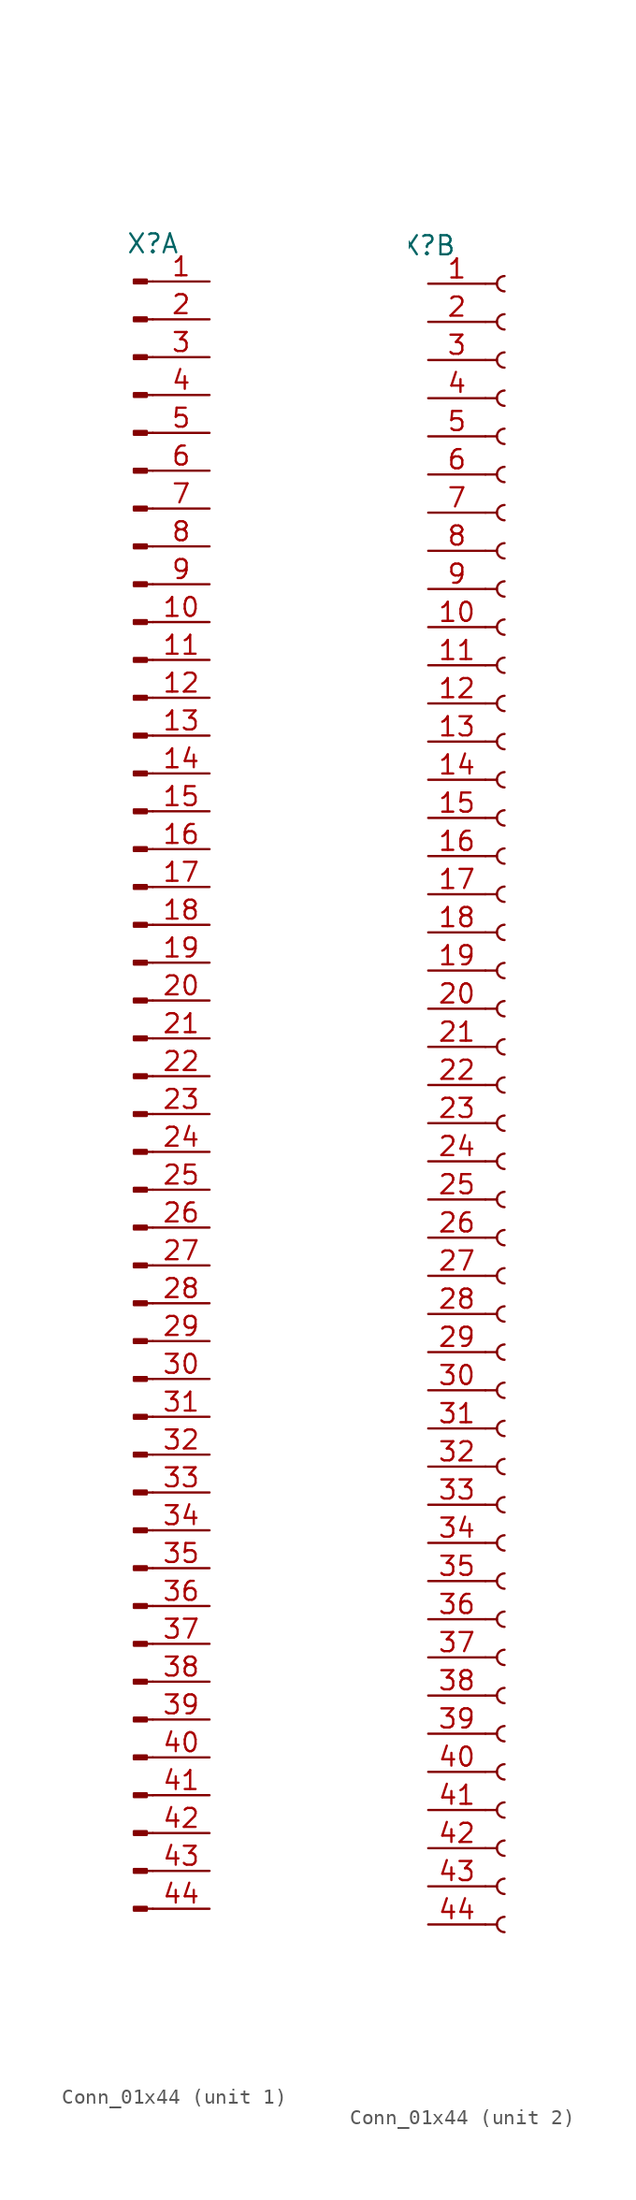
<source format=kicad_sym>
(kicad_symbol_lib
  (version 20241209)
  (generator "kicad_symbol_editor")
  (generator_version "9.0")
  (symbol "Conn_01x44"
    (pin_names
      (offset 1.016)
      (hide yes))
    (property "Reference" "X"
      (at 0 55.88 0)
      (effects (font (size 1.27 1.27))))
    (property "ki_locked" ""
      (at 0 0 0)
      (effects (font (size 1.27 1.27))))
    (symbol "Conn_01x44_1_1"
      (rectangle (start -0.406 53.467) (end -1.27 53.213) (stroke (width 0.152) (type default)) (fill (type outline)))
      (rectangle (start -0.406 50.927) (end -1.27 50.673) (stroke (width 0.152) (type default)) (fill (type outline)))
      (rectangle (start -0.406 48.387) (end -1.27 48.133) (stroke (width 0.152) (type default)) (fill (type outline)))
      (rectangle (start -0.406 45.847) (end -1.27 45.593) (stroke (width 0.152) (type default)) (fill (type outline)))
      (rectangle (start -0.406 43.307) (end -1.27 43.053) (stroke (width 0.152) (type default)) (fill (type outline)))
      (rectangle (start -0.406 40.767) (end -1.27 40.513) (stroke (width 0.152) (type default)) (fill (type outline)))
      (rectangle (start -0.406 38.227) (end -1.27 37.973) (stroke (width 0.152) (type default)) (fill (type outline)))
      (rectangle (start -0.406 35.687) (end -1.27 35.433) (stroke (width 0.152) (type default)) (fill (type outline)))
      (rectangle (start -0.406 33.147) (end -1.27 32.893) (stroke (width 0.152) (type default)) (fill (type outline)))
      (rectangle (start -0.406 30.607) (end -1.27 30.353) (stroke (width 0.152) (type default)) (fill (type outline)))
      (rectangle (start -0.406 28.067) (end -1.27 27.813) (stroke (width 0.152) (type default)) (fill (type outline)))
      (rectangle (start -0.406 25.527) (end -1.27 25.273) (stroke (width 0.152) (type default)) (fill (type outline)))
      (rectangle (start -0.406 22.987) (end -1.27 22.733) (stroke (width 0.152) (type default)) (fill (type outline)))
      (rectangle (start -0.406 20.447) (end -1.27 20.193) (stroke (width 0.152) (type default)) (fill (type outline)))
      (rectangle (start -0.406 17.907) (end -1.27 17.653) (stroke (width 0.152) (type default)) (fill (type outline)))
      (rectangle (start -0.406 15.367) (end -1.27 15.113) (stroke (width 0.152) (type default)) (fill (type outline)))
      (rectangle (start -0.406 12.827) (end -1.27 12.573) (stroke (width 0.152) (type default)) (fill (type outline)))
      (rectangle (start -0.406 10.287) (end -1.27 10.033) (stroke (width 0.152) (type default)) (fill (type outline)))
      (rectangle (start -0.406 7.747) (end -1.27 7.493) (stroke (width 0.152) (type default)) (fill (type outline)))
      (rectangle (start -0.406 5.207) (end -1.27 4.953) (stroke (width 0.152) (type default)) (fill (type outline)))
      (rectangle (start -0.406 2.667) (end -1.27 2.413) (stroke (width 0.152) (type default)) (fill (type outline)))
      (rectangle (start -0.406 0.127) (end -1.27 -0.127) (stroke (width 0.152) (type default)) (fill (type outline)))
      (rectangle (start -0.406 -2.413) (end -1.27 -2.667) (stroke (width 0.152) (type default)) (fill (type outline)))
      (rectangle (start -0.406 -4.953) (end -1.27 -5.207) (stroke (width 0.152) (type default)) (fill (type outline)))
      (rectangle (start -0.406 -7.493) (end -1.27 -7.747) (stroke (width 0.152) (type default)) (fill (type outline)))
      (rectangle (start -0.406 -10.033) (end -1.27 -10.287) (stroke (width 0.152) (type default)) (fill (type outline)))
      (rectangle (start -0.406 -12.573) (end -1.27 -12.827) (stroke (width 0.152) (type default)) (fill (type outline)))
      (rectangle (start -0.406 -15.113) (end -1.27 -15.367) (stroke (width 0.152) (type default)) (fill (type outline)))
      (rectangle (start -0.406 -17.653) (end -1.27 -17.907) (stroke (width 0.152) (type default)) (fill (type outline)))
      (rectangle (start -0.406 -20.193) (end -1.27 -20.447) (stroke (width 0.152) (type default)) (fill (type outline)))
      (rectangle (start -0.406 -22.733) (end -1.27 -22.987) (stroke (width 0.152) (type default)) (fill (type outline)))
      (rectangle (start -0.406 -25.273) (end -1.27 -25.527) (stroke (width 0.152) (type default)) (fill (type outline)))
      (rectangle (start -0.406 -27.813) (end -1.27 -28.067) (stroke (width 0.152) (type default)) (fill (type outline)))
      (rectangle (start -0.406 -30.353) (end -1.27 -30.607) (stroke (width 0.152) (type default)) (fill (type outline)))
      (rectangle (start -0.406 -32.893) (end -1.27 -33.147) (stroke (width 0.152) (type default)) (fill (type outline)))
      (rectangle (start -0.406 -35.433) (end -1.27 -35.687) (stroke (width 0.152) (type default)) (fill (type outline)))
      (rectangle (start -0.406 -37.973) (end -1.27 -38.227) (stroke (width 0.152) (type default)) (fill (type outline)))
      (rectangle (start -0.406 -40.513) (end -1.27 -40.767) (stroke (width 0.152) (type default)) (fill (type outline)))
      (rectangle (start -0.406 -43.053) (end -1.27 -43.307) (stroke (width 0.152) (type default)) (fill (type outline)))
      (rectangle (start -0.406 -45.593) (end -1.27 -45.847) (stroke (width 0.152) (type default)) (fill (type outline)))
      (rectangle (start -0.406 -48.133) (end -1.27 -48.387) (stroke (width 0.152) (type default)) (fill (type outline)))
      (rectangle (start -0.406 -50.673) (end -1.27 -50.927) (stroke (width 0.152) (type default)) (fill (type outline)))
      (rectangle (start -0.406 -53.213) (end -1.27 -53.467) (stroke (width 0.152) (type default)) (fill (type outline)))
      (rectangle (start -0.406 -55.753) (end -1.27 -56.007) (stroke (width 0.152) (type default)) (fill (type outline)))
      (polyline (pts (xy 0 53.34) (xy -0.406 53.34)) (stroke (width 0.152) (type default)) (fill (type none)))
      (polyline (pts (xy 0 50.8) (xy -0.406 50.8)) (stroke (width 0.152) (type default)) (fill (type none)))
      (polyline (pts (xy 0 48.26) (xy -0.406 48.26)) (stroke (width 0.152) (type default)) (fill (type none)))
      (polyline (pts (xy 0 45.72) (xy -0.406 45.72)) (stroke (width 0.152) (type default)) (fill (type none)))
      (polyline (pts (xy 0 43.18) (xy -0.406 43.18)) (stroke (width 0.152) (type default)) (fill (type none)))
      (polyline (pts (xy 0 40.64) (xy -0.406 40.64)) (stroke (width 0.152) (type default)) (fill (type none)))
      (polyline (pts (xy 0 38.1) (xy -0.406 38.1)) (stroke (width 0.152) (type default)) (fill (type none)))
      (polyline (pts (xy 0 35.56) (xy -0.406 35.56)) (stroke (width 0.152) (type default)) (fill (type none)))
      (polyline (pts (xy 0 33.02) (xy -0.406 33.02)) (stroke (width 0.152) (type default)) (fill (type none)))
      (polyline (pts (xy 0 30.48) (xy -0.406 30.48)) (stroke (width 0.152) (type default)) (fill (type none)))
      (polyline (pts (xy 0 27.94) (xy -0.406 27.94)) (stroke (width 0.152) (type default)) (fill (type none)))
      (polyline (pts (xy 0 25.4) (xy -0.406 25.4)) (stroke (width 0.152) (type default)) (fill (type none)))
      (polyline (pts (xy 0 22.86) (xy -0.406 22.86)) (stroke (width 0.152) (type default)) (fill (type none)))
      (polyline (pts (xy 0 20.32) (xy -0.406 20.32)) (stroke (width 0.152) (type default)) (fill (type none)))
      (polyline (pts (xy 0 17.78) (xy -0.406 17.78)) (stroke (width 0.152) (type default)) (fill (type none)))
      (polyline (pts (xy 0 15.24) (xy -0.406 15.24)) (stroke (width 0.152) (type default)) (fill (type none)))
      (polyline (pts (xy 0 12.7) (xy -0.406 12.7)) (stroke (width 0.152) (type default)) (fill (type none)))
      (polyline (pts (xy 0 10.16) (xy -0.406 10.16)) (stroke (width 0.152) (type default)) (fill (type none)))
      (polyline (pts (xy 0 7.62) (xy -0.406 7.62)) (stroke (width 0.152) (type default)) (fill (type none)))
      (polyline (pts (xy 0 5.08) (xy -0.406 5.08)) (stroke (width 0.152) (type default)) (fill (type none)))
      (polyline (pts (xy 0 2.54) (xy -0.406 2.54)) (stroke (width 0.152) (type default)) (fill (type none)))
      (polyline (pts (xy 0 0) (xy -0.406 0)) (stroke (width 0.152) (type default)) (fill (type none)))
      (polyline (pts (xy 0 -2.54) (xy -0.406 -2.54)) (stroke (width 0.152) (type default)) (fill (type none)))
      (polyline (pts (xy 0 -5.08) (xy -0.406 -5.08)) (stroke (width 0.152) (type default)) (fill (type none)))
      (polyline (pts (xy 0 -7.62) (xy -0.406 -7.62)) (stroke (width 0.152) (type default)) (fill (type none)))
      (polyline (pts (xy 0 -10.16) (xy -0.406 -10.16)) (stroke (width 0.152) (type default)) (fill (type none)))
      (polyline (pts (xy 0 -12.7) (xy -0.406 -12.7)) (stroke (width 0.152) (type default)) (fill (type none)))
      (polyline (pts (xy 0 -15.24) (xy -0.406 -15.24)) (stroke (width 0.152) (type default)) (fill (type none)))
      (polyline (pts (xy 0 -17.78) (xy -0.406 -17.78)) (stroke (width 0.152) (type default)) (fill (type none)))
      (polyline (pts (xy 0 -20.32) (xy -0.406 -20.32)) (stroke (width 0.152) (type default)) (fill (type none)))
      (polyline (pts (xy 0 -22.86) (xy -0.406 -22.86)) (stroke (width 0.152) (type default)) (fill (type none)))
      (polyline (pts (xy 0 -25.4) (xy -0.406 -25.4)) (stroke (width 0.152) (type default)) (fill (type none)))
      (polyline (pts (xy 0 -27.94) (xy -0.406 -27.94)) (stroke (width 0.152) (type default)) (fill (type none)))
      (polyline (pts (xy 0 -30.48) (xy -0.406 -30.48)) (stroke (width 0.152) (type default)) (fill (type none)))
      (polyline (pts (xy 0 -33.02) (xy -0.406 -33.02)) (stroke (width 0.152) (type default)) (fill (type none)))
      (polyline (pts (xy 0 -35.56) (xy -0.406 -35.56)) (stroke (width 0.152) (type default)) (fill (type none)))
      (polyline (pts (xy 0 -38.1) (xy -0.406 -38.1)) (stroke (width 0.152) (type default)) (fill (type none)))
      (polyline (pts (xy 0 -40.64) (xy -0.406 -40.64)) (stroke (width 0.152) (type default)) (fill (type none)))
      (polyline (pts (xy 0 -43.18) (xy -0.406 -43.18)) (stroke (width 0.152) (type default)) (fill (type none)))
      (polyline (pts (xy 0 -45.72) (xy -0.406 -45.72)) (stroke (width 0.152) (type default)) (fill (type none)))
      (polyline (pts (xy 0 -48.26) (xy -0.406 -48.26)) (stroke (width 0.152) (type default)) (fill (type none)))
      (polyline (pts (xy 0 -50.8) (xy -0.406 -50.8)) (stroke (width 0.152) (type default)) (fill (type none)))
      (polyline (pts (xy 0 -53.34) (xy -0.406 -53.34)) (stroke (width 0.152) (type default)) (fill (type none)))
      (polyline (pts (xy 0 -55.88) (xy -0.406 -55.88)) (stroke (width 0.152) (type default)) (fill (type none)))
      (pin passive line (at 3.81 53.34 180) (length 3.81) (name "Pin_1" (effects (font (size 1.27 1.27)))) (number "1" (effects (font (size 1.27 1.27)))))
      (pin passive line (at 3.81 50.8 180) (length 3.81) (name "Pin_2" (effects (font (size 1.27 1.27)))) (number "2" (effects (font (size 1.27 1.27)))))
      (pin passive line (at 3.81 48.26 180) (length 3.81) (name "Pin_3" (effects (font (size 1.27 1.27)))) (number "3" (effects (font (size 1.27 1.27)))))
      (pin passive line (at 3.81 45.72 180) (length 3.81) (name "Pin_4" (effects (font (size 1.27 1.27)))) (number "4" (effects (font (size 1.27 1.27)))))
      (pin passive line (at 3.81 43.18 180) (length 3.81) (name "Pin_5" (effects (font (size 1.27 1.27)))) (number "5" (effects (font (size 1.27 1.27)))))
      (pin passive line (at 3.81 40.64 180) (length 3.81) (name "Pin_6" (effects (font (size 1.27 1.27)))) (number "6" (effects (font (size 1.27 1.27)))))
      (pin passive line (at 3.81 38.1 180) (length 3.81) (name "Pin_7" (effects (font (size 1.27 1.27)))) (number "7" (effects (font (size 1.27 1.27)))))
      (pin passive line (at 3.81 35.56 180) (length 3.81) (name "Pin_8" (effects (font (size 1.27 1.27)))) (number "8" (effects (font (size 1.27 1.27)))))
      (pin passive line (at 3.81 33.02 180) (length 3.81) (name "Pin_9" (effects (font (size 1.27 1.27)))) (number "9" (effects (font (size 1.27 1.27)))))
      (pin passive line (at 3.81 30.48 180) (length 3.81) (name "Pin_10" (effects (font (size 1.27 1.27)))) (number "10" (effects (font (size 1.27 1.27)))))
      (pin passive line (at 3.81 27.94 180) (length 3.81) (name "Pin_11" (effects (font (size 1.27 1.27)))) (number "11" (effects (font (size 1.27 1.27)))))
      (pin passive line (at 3.81 25.4 180) (length 3.81) (name "Pin_12" (effects (font (size 1.27 1.27)))) (number "12" (effects (font (size 1.27 1.27)))))
      (pin passive line (at 3.81 22.86 180) (length 3.81) (name "Pin_13" (effects (font (size 1.27 1.27)))) (number "13" (effects (font (size 1.27 1.27)))))
      (pin passive line (at 3.81 20.32 180) (length 3.81) (name "Pin_14" (effects (font (size 1.27 1.27)))) (number "14" (effects (font (size 1.27 1.27)))))
      (pin passive line (at 3.81 17.78 180) (length 3.81) (name "Pin_15" (effects (font (size 1.27 1.27)))) (number "15" (effects (font (size 1.27 1.27)))))
      (pin passive line (at 3.81 15.24 180) (length 3.81) (name "Pin_16" (effects (font (size 1.27 1.27)))) (number "16" (effects (font (size 1.27 1.27)))))
      (pin passive line (at 3.81 12.7 180) (length 3.81) (name "Pin_17" (effects (font (size 1.27 1.27)))) (number "17" (effects (font (size 1.27 1.27)))))
      (pin passive line (at 3.81 10.16 180) (length 3.81) (name "Pin_18" (effects (font (size 1.27 1.27)))) (number "18" (effects (font (size 1.27 1.27)))))
      (pin passive line (at 3.81 7.62 180) (length 3.81) (name "Pin_19" (effects (font (size 1.27 1.27)))) (number "19" (effects (font (size 1.27 1.27)))))
      (pin passive line (at 3.81 5.08 180) (length 3.81) (name "Pin_20" (effects (font (size 1.27 1.27)))) (number "20" (effects (font (size 1.27 1.27)))))
      (pin passive line (at 3.81 2.54 180) (length 3.81) (name "Pin_21" (effects (font (size 1.27 1.27)))) (number "21" (effects (font (size 1.27 1.27)))))
      (pin passive line (at 3.81 0 180) (length 3.81) (name "Pin_22" (effects (font (size 1.27 1.27)))) (number "22" (effects (font (size 1.27 1.27)))))
      (pin passive line (at 3.81 -2.54 180) (length 3.81) (name "Pin_23" (effects (font (size 1.27 1.27)))) (number "23" (effects (font (size 1.27 1.27)))))
      (pin passive line (at 3.81 -5.08 180) (length 3.81) (name "Pin_24" (effects (font (size 1.27 1.27)))) (number "24" (effects (font (size 1.27 1.27)))))
      (pin passive line (at 3.81 -7.62 180) (length 3.81) (name "Pin_25" (effects (font (size 1.27 1.27)))) (number "25" (effects (font (size 1.27 1.27)))))
      (pin passive line (at 3.81 -10.16 180) (length 3.81) (name "Pin_26" (effects (font (size 1.27 1.27)))) (number "26" (effects (font (size 1.27 1.27)))))
      (pin passive line (at 3.81 -12.7 180) (length 3.81) (name "Pin_27" (effects (font (size 1.27 1.27)))) (number "27" (effects (font (size 1.27 1.27)))))
      (pin passive line (at 3.81 -15.24 180) (length 3.81) (name "Pin_28" (effects (font (size 1.27 1.27)))) (number "28" (effects (font (size 1.27 1.27)))))
      (pin passive line (at 3.81 -17.78 180) (length 3.81) (name "Pin_29" (effects (font (size 1.27 1.27)))) (number "29" (effects (font (size 1.27 1.27)))))
      (pin passive line (at 3.81 -20.32 180) (length 3.81) (name "Pin_30" (effects (font (size 1.27 1.27)))) (number "30" (effects (font (size 1.27 1.27)))))
      (pin passive line (at 3.81 -22.86 180) (length 3.81) (name "Pin_31" (effects (font (size 1.27 1.27)))) (number "31" (effects (font (size 1.27 1.27)))))
      (pin passive line (at 3.81 -25.4 180) (length 3.81) (name "Pin_32" (effects (font (size 1.27 1.27)))) (number "32" (effects (font (size 1.27 1.27)))))
      (pin passive line (at 3.81 -27.94 180) (length 3.81) (name "Pin_33" (effects (font (size 1.27 1.27)))) (number "33" (effects (font (size 1.27 1.27)))))
      (pin passive line (at 3.81 -30.48 180) (length 3.81) (name "Pin_34" (effects (font (size 1.27 1.27)))) (number "34" (effects (font (size 1.27 1.27)))))
      (pin passive line (at 3.81 -33.02 180) (length 3.81) (name "Pin_35" (effects (font (size 1.27 1.27)))) (number "35" (effects (font (size 1.27 1.27)))))
      (pin passive line (at 3.81 -35.56 180) (length 3.81) (name "Pin_36" (effects (font (size 1.27 1.27)))) (number "36" (effects (font (size 1.27 1.27)))))
      (pin passive line (at 3.81 -38.1 180) (length 3.81) (name "Pin_37" (effects (font (size 1.27 1.27)))) (number "37" (effects (font (size 1.27 1.27)))))
      (pin passive line (at 3.81 -40.64 180) (length 3.81) (name "Pin_38" (effects (font (size 1.27 1.27)))) (number "38" (effects (font (size 1.27 1.27)))))
      (pin passive line (at 3.81 -43.18 180) (length 3.81) (name "Pin_39" (effects (font (size 1.27 1.27)))) (number "39" (effects (font (size 1.27 1.27)))))
      (pin passive line (at 3.81 -45.72 180) (length 3.81) (name "Pin_40" (effects (font (size 1.27 1.27)))) (number "40" (effects (font (size 1.27 1.27)))))
      (pin passive line (at 3.81 -48.26 180) (length 3.81) (name "Pin_41" (effects (font (size 1.27 1.27)))) (number "41" (effects (font (size 1.27 1.27)))))
      (pin passive line (at 3.81 -50.8 180) (length 3.81) (name "Pin_42" (effects (font (size 1.27 1.27)))) (number "42" (effects (font (size 1.27 1.27)))))
      (pin passive line (at 3.81 -53.34 180) (length 3.81) (name "Pin_43" (effects (font (size 1.27 1.27)))) (number "43" (effects (font (size 1.27 1.27)))))
      (pin passive line (at 3.81 -55.88 180) (length 3.81) (name "Pin_44" (effects (font (size 1.27 1.27)))) (number "44" (effects (font (size 1.27 1.27))))))
    (symbol "Conn_01x44_2_1"
      (polyline (pts (xy 3.81 53.34) (xy 4.572 53.34)) (stroke (width 0.152) (type default)) (fill (type none)))
      (polyline (pts (xy 3.81 50.8) (xy 4.572 50.8)) (stroke (width 0.152) (type default)) (fill (type none)))
      (polyline (pts (xy 3.81 48.26) (xy 4.572 48.26)) (stroke (width 0.152) (type default)) (fill (type none)))
      (polyline (pts (xy 3.81 45.72) (xy 4.572 45.72)) (stroke (width 0.152) (type default)) (fill (type none)))
      (polyline (pts (xy 3.81 43.18) (xy 4.572 43.18)) (stroke (width 0.152) (type default)) (fill (type none)))
      (polyline (pts (xy 3.81 40.64) (xy 4.572 40.64)) (stroke (width 0.152) (type default)) (fill (type none)))
      (polyline (pts (xy 3.81 38.1) (xy 4.572 38.1)) (stroke (width 0.152) (type default)) (fill (type none)))
      (polyline (pts (xy 3.81 35.56) (xy 4.572 35.56)) (stroke (width 0.152) (type default)) (fill (type none)))
      (polyline (pts (xy 3.81 33.02) (xy 4.572 33.02)) (stroke (width 0.152) (type default)) (fill (type none)))
      (polyline (pts (xy 3.81 30.48) (xy 4.572 30.48)) (stroke (width 0.152) (type default)) (fill (type none)))
      (polyline (pts (xy 3.81 27.94) (xy 4.572 27.94)) (stroke (width 0.152) (type default)) (fill (type none)))
      (polyline (pts (xy 3.81 25.4) (xy 4.572 25.4)) (stroke (width 0.152) (type default)) (fill (type none)))
      (polyline (pts (xy 3.81 22.86) (xy 4.572 22.86)) (stroke (width 0.152) (type default)) (fill (type none)))
      (polyline (pts (xy 3.81 20.32) (xy 4.572 20.32)) (stroke (width 0.152) (type default)) (fill (type none)))
      (polyline (pts (xy 3.81 17.78) (xy 4.572 17.78)) (stroke (width 0.152) (type default)) (fill (type none)))
      (polyline (pts (xy 3.81 15.24) (xy 4.572 15.24)) (stroke (width 0.152) (type default)) (fill (type none)))
      (polyline (pts (xy 3.81 12.7) (xy 4.572 12.7)) (stroke (width 0.152) (type default)) (fill (type none)))
      (polyline (pts (xy 3.81 10.16) (xy 4.572 10.16)) (stroke (width 0.152) (type default)) (fill (type none)))
      (polyline (pts (xy 3.81 7.62) (xy 4.572 7.62)) (stroke (width 0.152) (type default)) (fill (type none)))
      (polyline (pts (xy 3.81 5.08) (xy 4.572 5.08)) (stroke (width 0.152) (type default)) (fill (type none)))
      (polyline (pts (xy 3.81 2.54) (xy 4.572 2.54)) (stroke (width 0.152) (type default)) (fill (type none)))
      (polyline (pts (xy 3.81 0) (xy 4.572 0)) (stroke (width 0.152) (type default)) (fill (type none)))
      (polyline (pts (xy 3.81 -2.54) (xy 4.572 -2.54)) (stroke (width 0.152) (type default)) (fill (type none)))
      (polyline (pts (xy 3.81 -5.08) (xy 4.572 -5.08)) (stroke (width 0.152) (type default)) (fill (type none)))
      (polyline (pts (xy 3.81 -7.62) (xy 4.572 -7.62)) (stroke (width 0.152) (type default)) (fill (type none)))
      (polyline (pts (xy 3.81 -10.16) (xy 4.572 -10.16)) (stroke (width 0.152) (type default)) (fill (type none)))
      (polyline (pts (xy 3.81 -12.7) (xy 4.572 -12.7)) (stroke (width 0.152) (type default)) (fill (type none)))
      (polyline (pts (xy 3.81 -15.24) (xy 4.572 -15.24)) (stroke (width 0.152) (type default)) (fill (type none)))
      (polyline (pts (xy 3.81 -17.78) (xy 4.572 -17.78)) (stroke (width 0.152) (type default)) (fill (type none)))
      (polyline (pts (xy 3.81 -20.32) (xy 4.572 -20.32)) (stroke (width 0.152) (type default)) (fill (type none)))
      (polyline (pts (xy 3.81 -22.86) (xy 4.572 -22.86)) (stroke (width 0.152) (type default)) (fill (type none)))
      (polyline (pts (xy 3.81 -25.4) (xy 4.572 -25.4)) (stroke (width 0.152) (type default)) (fill (type none)))
      (polyline (pts (xy 3.81 -27.94) (xy 4.572 -27.94)) (stroke (width 0.152) (type default)) (fill (type none)))
      (polyline (pts (xy 3.81 -30.48) (xy 4.572 -30.48)) (stroke (width 0.152) (type default)) (fill (type none)))
      (polyline (pts (xy 3.81 -33.02) (xy 4.572 -33.02)) (stroke (width 0.152) (type default)) (fill (type none)))
      (polyline (pts (xy 3.81 -35.56) (xy 4.572 -35.56)) (stroke (width 0.152) (type default)) (fill (type none)))
      (polyline (pts (xy 3.81 -38.1) (xy 4.572 -38.1)) (stroke (width 0.152) (type default)) (fill (type none)))
      (polyline (pts (xy 3.81 -40.64) (xy 4.572 -40.64)) (stroke (width 0.152) (type default)) (fill (type none)))
      (polyline (pts (xy 3.81 -43.18) (xy 4.572 -43.18)) (stroke (width 0.152) (type default)) (fill (type none)))
      (polyline (pts (xy 3.81 -45.72) (xy 4.572 -45.72)) (stroke (width 0.152) (type default)) (fill (type none)))
      (polyline (pts (xy 3.81 -48.26) (xy 4.572 -48.26)) (stroke (width 0.152) (type default)) (fill (type none)))
      (polyline (pts (xy 3.81 -50.8) (xy 4.572 -50.8)) (stroke (width 0.152) (type default)) (fill (type none)))
      (polyline (pts (xy 3.81 -53.34) (xy 4.572 -53.34)) (stroke (width 0.152) (type default)) (fill (type none)))
      (polyline (pts (xy 3.81 -55.88) (xy 4.572 -55.88)) (stroke (width 0.152) (type default)) (fill (type none)))
      (arc (start 5.08 52.832) (mid 4.5742 53.34) (end 5.08 53.848) (stroke (width 0.1524) (type default)) (fill (type none)))
      (arc (start 5.08 50.292) (mid 4.5742 50.8) (end 5.08 51.308) (stroke (width 0.1524) (type default)) (fill (type none)))
      (arc (start 5.08 47.752) (mid 4.5742 48.26) (end 5.08 48.768) (stroke (width 0.1524) (type default)) (fill (type none)))
      (arc (start 5.08 45.212) (mid 4.5742 45.72) (end 5.08 46.228) (stroke (width 0.1524) (type default)) (fill (type none)))
      (arc (start 5.08 42.672) (mid 4.5742 43.18) (end 5.08 43.688) (stroke (width 0.1524) (type default)) (fill (type none)))
      (arc (start 5.08 40.132) (mid 4.5742 40.64) (end 5.08 41.148) (stroke (width 0.1524) (type default)) (fill (type none)))
      (arc (start 5.08 37.592) (mid 4.5742 38.1) (end 5.08 38.608) (stroke (width 0.1524) (type default)) (fill (type none)))
      (arc (start 5.08 35.052) (mid 4.5742 35.56) (end 5.08 36.068) (stroke (width 0.1524) (type default)) (fill (type none)))
      (arc (start 5.08 32.512) (mid 4.5742 33.02) (end 5.08 33.528) (stroke (width 0.1524) (type default)) (fill (type none)))
      (arc (start 5.08 29.972) (mid 4.5742 30.48) (end 5.08 30.988) (stroke (width 0.1524) (type default)) (fill (type none)))
      (arc (start 5.08 27.432) (mid 4.5742 27.94) (end 5.08 28.448) (stroke (width 0.1524) (type default)) (fill (type none)))
      (arc (start 5.08 24.892) (mid 4.5742 25.4) (end 5.08 25.908) (stroke (width 0.1524) (type default)) (fill (type none)))
      (arc (start 5.08 22.352) (mid 4.5742 22.86) (end 5.08 23.368) (stroke (width 0.1524) (type default)) (fill (type none)))
      (arc (start 5.08 19.812) (mid 4.5742 20.32) (end 5.08 20.828) (stroke (width 0.1524) (type default)) (fill (type none)))
      (arc (start 5.08 17.272) (mid 4.5742 17.78) (end 5.08 18.288) (stroke (width 0.1524) (type default)) (fill (type none)))
      (arc (start 5.08 14.732) (mid 4.5742 15.24) (end 5.08 15.748) (stroke (width 0.1524) (type default)) (fill (type none)))
      (arc (start 5.08 12.192) (mid 4.5742 12.7) (end 5.08 13.208) (stroke (width 0.1524) (type default)) (fill (type none)))
      (arc (start 5.08 9.652) (mid 4.5742 10.16) (end 5.08 10.668) (stroke (width 0.1524) (type default)) (fill (type none)))
      (arc (start 5.08 7.112) (mid 4.5742 7.62) (end 5.08 8.128) (stroke (width 0.1524) (type default)) (fill (type none)))
      (arc (start 5.08 4.572) (mid 4.5742 5.08) (end 5.08 5.588) (stroke (width 0.1524) (type default)) (fill (type none)))
      (arc (start 5.08 2.032) (mid 4.5742 2.54) (end 5.08 3.048) (stroke (width 0.1524) (type default)) (fill (type none)))
      (arc (start 5.08 -0.508) (mid 4.5742 0) (end 5.08 0.508) (stroke (width 0.1524) (type default)) (fill (type none)))
      (arc (start 5.08 -3.048) (mid 4.5742 -2.54) (end 5.08 -2.032) (stroke (width 0.1524) (type default)) (fill (type none)))
      (arc (start 5.08 -5.588) (mid 4.5742 -5.08) (end 5.08 -4.572) (stroke (width 0.1524) (type default)) (fill (type none)))
      (arc (start 5.08 -8.128) (mid 4.5742 -7.62) (end 5.08 -7.112) (stroke (width 0.1524) (type default)) (fill (type none)))
      (arc (start 5.08 -10.668) (mid 4.5742 -10.16) (end 5.08 -9.652) (stroke (width 0.1524) (type default)) (fill (type none)))
      (arc (start 5.08 -13.208) (mid 4.5742 -12.7) (end 5.08 -12.192) (stroke (width 0.1524) (type default)) (fill (type none)))
      (arc (start 5.08 -15.748) (mid 4.5742 -15.24) (end 5.08 -14.732) (stroke (width 0.1524) (type default)) (fill (type none)))
      (arc (start 5.08 -18.288) (mid 4.5742 -17.78) (end 5.08 -17.272) (stroke (width 0.1524) (type default)) (fill (type none)))
      (arc (start 5.08 -20.828) (mid 4.5742 -20.32) (end 5.08 -19.812) (stroke (width 0.1524) (type default)) (fill (type none)))
      (arc (start 5.08 -23.368) (mid 4.5742 -22.86) (end 5.08 -22.352) (stroke (width 0.1524) (type default)) (fill (type none)))
      (arc (start 5.08 -25.908) (mid 4.5742 -25.4) (end 5.08 -24.892) (stroke (width 0.1524) (type default)) (fill (type none)))
      (arc (start 5.08 -28.448) (mid 4.5742 -27.94) (end 5.08 -27.432) (stroke (width 0.1524) (type default)) (fill (type none)))
      (arc (start 5.08 -30.988) (mid 4.5742 -30.48) (end 5.08 -29.972) (stroke (width 0.1524) (type default)) (fill (type none)))
      (arc (start 5.08 -33.528) (mid 4.5742 -33.02) (end 5.08 -32.512) (stroke (width 0.1524) (type default)) (fill (type none)))
      (arc (start 5.08 -36.068) (mid 4.5742 -35.56) (end 5.08 -35.052) (stroke (width 0.1524) (type default)) (fill (type none)))
      (arc (start 5.08 -38.608) (mid 4.5742 -38.1) (end 5.08 -37.592) (stroke (width 0.1524) (type default)) (fill (type none)))
      (arc (start 5.08 -41.148) (mid 4.5742 -40.64) (end 5.08 -40.132) (stroke (width 0.1524) (type default)) (fill (type none)))
      (arc (start 5.08 -43.688) (mid 4.5742 -43.18) (end 5.08 -42.672) (stroke (width 0.1524) (type default)) (fill (type none)))
      (arc (start 5.08 -46.228) (mid 4.5742 -45.72) (end 5.08 -45.212) (stroke (width 0.1524) (type default)) (fill (type none)))
      (arc (start 5.08 -48.768) (mid 4.5742 -48.26) (end 5.08 -47.752) (stroke (width 0.1524) (type default)) (fill (type none)))
      (arc (start 5.08 -51.308) (mid 4.5742 -50.8) (end 5.08 -50.292) (stroke (width 0.1524) (type default)) (fill (type none)))
      (arc (start 5.08 -53.848) (mid 4.5742 -53.34) (end 5.08 -52.832) (stroke (width 0.1524) (type default)) (fill (type none)))
      (arc (start 5.08 -56.388) (mid 4.5742 -55.88) (end 5.08 -55.372) (stroke (width 0.1524) (type default)) (fill (type none)))
      (pin passive line (at 0 53.34 0) (length 3.81) (name "Pin_1" (effects (font (size 1.27 1.27)))) (number "1" (effects (font (size 1.27 1.27)))))
      (pin passive line (at 0 50.8 0) (length 3.81) (name "Pin_2" (effects (font (size 1.27 1.27)))) (number "2" (effects (font (size 1.27 1.27)))))
      (pin passive line (at 0 48.26 0) (length 3.81) (name "Pin_3" (effects (font (size 1.27 1.27)))) (number "3" (effects (font (size 1.27 1.27)))))
      (pin passive line (at 0 45.72 0) (length 3.81) (name "Pin_4" (effects (font (size 1.27 1.27)))) (number "4" (effects (font (size 1.27 1.27)))))
      (pin passive line (at 0 43.18 0) (length 3.81) (name "Pin_5" (effects (font (size 1.27 1.27)))) (number "5" (effects (font (size 1.27 1.27)))))
      (pin passive line (at 0 40.64 0) (length 3.81) (name "Pin_6" (effects (font (size 1.27 1.27)))) (number "6" (effects (font (size 1.27 1.27)))))
      (pin passive line (at 0 38.1 0) (length 3.81) (name "Pin_7" (effects (font (size 1.27 1.27)))) (number "7" (effects (font (size 1.27 1.27)))))
      (pin passive line (at 0 35.56 0) (length 3.81) (name "Pin_8" (effects (font (size 1.27 1.27)))) (number "8" (effects (font (size 1.27 1.27)))))
      (pin passive line (at 0 33.02 0) (length 3.81) (name "Pin_9" (effects (font (size 1.27 1.27)))) (number "9" (effects (font (size 1.27 1.27)))))
      (pin passive line (at 0 30.48 0) (length 3.81) (name "Pin_10" (effects (font (size 1.27 1.27)))) (number "10" (effects (font (size 1.27 1.27)))))
      (pin passive line (at 0 27.94 0) (length 3.81) (name "Pin_11" (effects (font (size 1.27 1.27)))) (number "11" (effects (font (size 1.27 1.27)))))
      (pin passive line (at 0 25.4 0) (length 3.81) (name "Pin_12" (effects (font (size 1.27 1.27)))) (number "12" (effects (font (size 1.27 1.27)))))
      (pin passive line (at 0 22.86 0) (length 3.81) (name "Pin_13" (effects (font (size 1.27 1.27)))) (number "13" (effects (font (size 1.27 1.27)))))
      (pin passive line (at 0 20.32 0) (length 3.81) (name "Pin_14" (effects (font (size 1.27 1.27)))) (number "14" (effects (font (size 1.27 1.27)))))
      (pin passive line (at 0 17.78 0) (length 3.81) (name "Pin_15" (effects (font (size 1.27 1.27)))) (number "15" (effects (font (size 1.27 1.27)))))
      (pin passive line (at 0 15.24 0) (length 3.81) (name "Pin_16" (effects (font (size 1.27 1.27)))) (number "16" (effects (font (size 1.27 1.27)))))
      (pin passive line (at 0 12.7 0) (length 3.81) (name "Pin_17" (effects (font (size 1.27 1.27)))) (number "17" (effects (font (size 1.27 1.27)))))
      (pin passive line (at 0 10.16 0) (length 3.81) (name "Pin_18" (effects (font (size 1.27 1.27)))) (number "18" (effects (font (size 1.27 1.27)))))
      (pin passive line (at 0 7.62 0) (length 3.81) (name "Pin_19" (effects (font (size 1.27 1.27)))) (number "19" (effects (font (size 1.27 1.27)))))
      (pin passive line (at 0 5.08 0) (length 3.81) (name "Pin_20" (effects (font (size 1.27 1.27)))) (number "20" (effects (font (size 1.27 1.27)))))
      (pin passive line (at 0 2.54 0) (length 3.81) (name "Pin_21" (effects (font (size 1.27 1.27)))) (number "21" (effects (font (size 1.27 1.27)))))
      (pin passive line (at 0 0 0) (length 3.81) (name "Pin_22" (effects (font (size 1.27 1.27)))) (number "22" (effects (font (size 1.27 1.27)))))
      (pin passive line (at 0 -2.54 0) (length 3.81) (name "Pin_23" (effects (font (size 1.27 1.27)))) (number "23" (effects (font (size 1.27 1.27)))))
      (pin passive line (at 0 -5.08 0) (length 3.81) (name "Pin_24" (effects (font (size 1.27 1.27)))) (number "24" (effects (font (size 1.27 1.27)))))
      (pin passive line (at 0 -7.62 0) (length 3.81) (name "Pin_25" (effects (font (size 1.27 1.27)))) (number "25" (effects (font (size 1.27 1.27)))))
      (pin passive line (at 0 -10.16 0) (length 3.81) (name "Pin_26" (effects (font (size 1.27 1.27)))) (number "26" (effects (font (size 1.27 1.27)))))
      (pin passive line (at 0 -12.7 0) (length 3.81) (name "Pin_27" (effects (font (size 1.27 1.27)))) (number "27" (effects (font (size 1.27 1.27)))))
      (pin passive line (at 0 -15.24 0) (length 3.81) (name "Pin_28" (effects (font (size 1.27 1.27)))) (number "28" (effects (font (size 1.27 1.27)))))
      (pin passive line (at 0 -17.78 0) (length 3.81) (name "Pin_29" (effects (font (size 1.27 1.27)))) (number "29" (effects (font (size 1.27 1.27)))))
      (pin passive line (at 0 -20.32 0) (length 3.81) (name "Pin_30" (effects (font (size 1.27 1.27)))) (number "30" (effects (font (size 1.27 1.27)))))
      (pin passive line (at 0 -22.86 0) (length 3.81) (name "Pin_31" (effects (font (size 1.27 1.27)))) (number "31" (effects (font (size 1.27 1.27)))))
      (pin passive line (at 0 -25.4 0) (length 3.81) (name "Pin_32" (effects (font (size 1.27 1.27)))) (number "32" (effects (font (size 1.27 1.27)))))
      (pin passive line (at 0 -27.94 0) (length 3.81) (name "Pin_33" (effects (font (size 1.27 1.27)))) (number "33" (effects (font (size 1.27 1.27)))))
      (pin passive line (at 0 -30.48 0) (length 3.81) (name "Pin_34" (effects (font (size 1.27 1.27)))) (number "34" (effects (font (size 1.27 1.27)))))
      (pin passive line (at 0 -33.02 0) (length 3.81) (name "Pin_35" (effects (font (size 1.27 1.27)))) (number "35" (effects (font (size 1.27 1.27)))))
      (pin passive line (at 0 -35.56 0) (length 3.81) (name "Pin_36" (effects (font (size 1.27 1.27)))) (number "36" (effects (font (size 1.27 1.27)))))
      (pin passive line (at 0 -38.1 0) (length 3.81) (name "Pin_37" (effects (font (size 1.27 1.27)))) (number "37" (effects (font (size 1.27 1.27)))))
      (pin passive line (at 0 -40.64 0) (length 3.81) (name "Pin_38" (effects (font (size 1.27 1.27)))) (number "38" (effects (font (size 1.27 1.27)))))
      (pin passive line (at 0 -43.18 0) (length 3.81) (name "Pin_39" (effects (font (size 1.27 1.27)))) (number "39" (effects (font (size 1.27 1.27)))))
      (pin passive line (at 0 -45.72 0) (length 3.81) (name "Pin_40" (effects (font (size 1.27 1.27)))) (number "40" (effects (font (size 1.27 1.27)))))
      (pin passive line (at 0 -48.26 0) (length 3.81) (name "Pin_41" (effects (font (size 1.27 1.27)))) (number "41" (effects (font (size 1.27 1.27)))))
      (pin passive line (at 0 -50.8 0) (length 3.81) (name "Pin_42" (effects (font (size 1.27 1.27)))) (number "42" (effects (font (size 1.27 1.27)))))
      (pin passive line (at 0 -53.34 0) (length 3.81) (name "Pin_43" (effects (font (size 1.27 1.27)))) (number "43" (effects (font (size 1.27 1.27)))))
      (pin passive line (at 0 -55.88 0) (length 3.81) (name "Pin_44" (effects (font (size 1.27 1.27)))) (number "44" (effects (font (size 1.27 1.27))))))))
</source>
